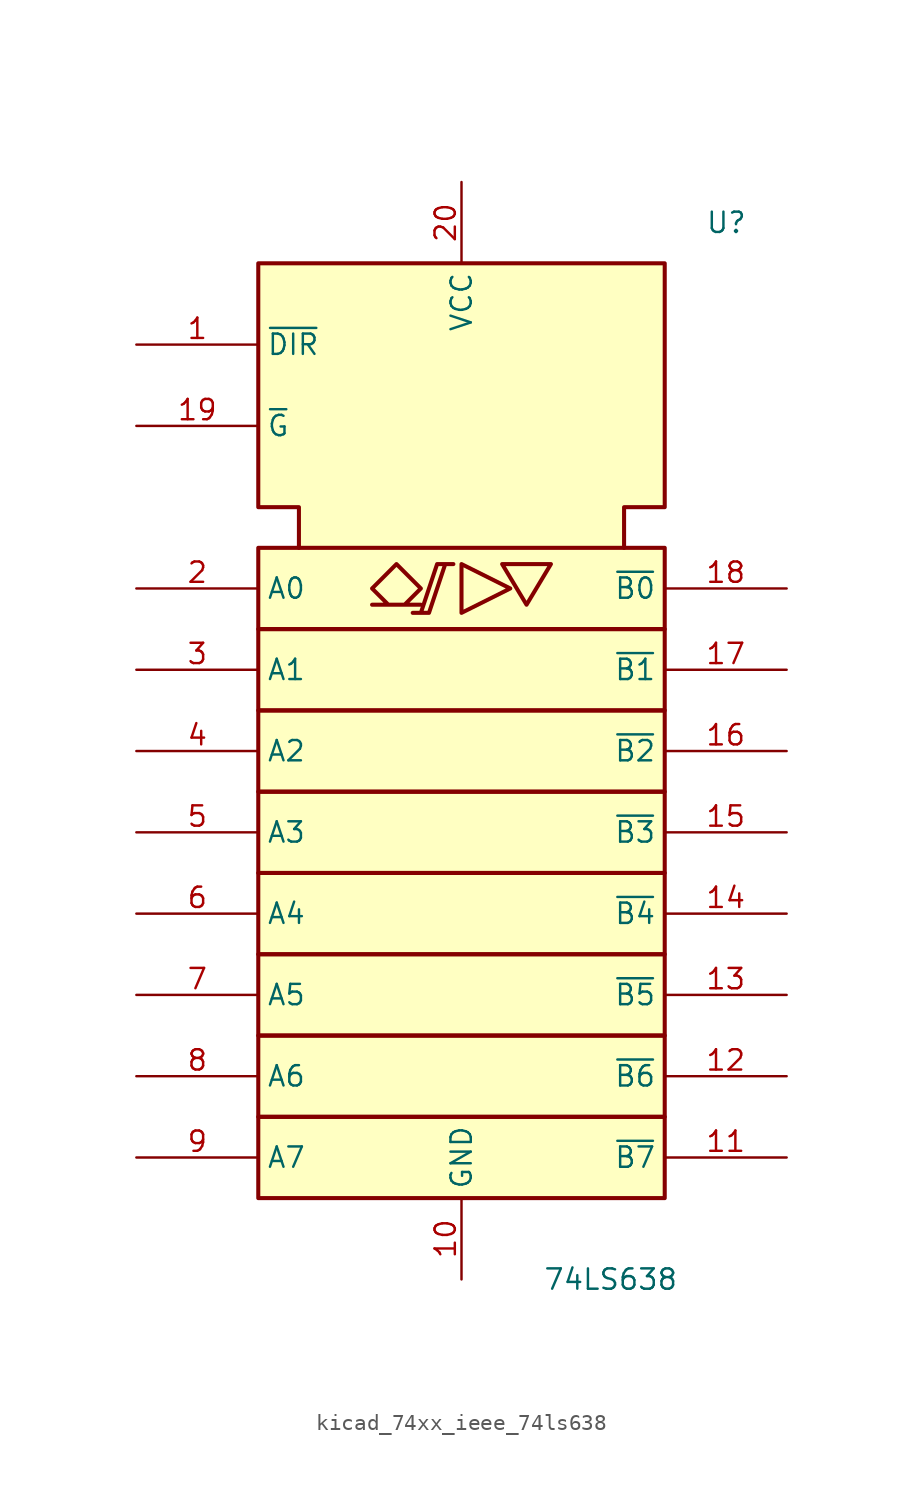
<source format=kicad_sym>
(kicad_symbol_lib
  (version 20220914)
  (generator kicad_symbol_editor)
  (symbol "kicad_74xx_ieee_74ls638"
    (property "Reference" "U"
      (at 15.24 35.56 0)
      (effects (font (size 1.27 1.27)) (justify left)))
    (property "Value" "74LS638"
      (at 5.08 -30.48 0)
      (effects (font (size 1.27 1.27)) (justify left)))
    (symbol "kicad_74xx_ieee_74ls638_0_0"
      (polyline (pts (xy 0 14.224) (xy 0 11.176) (xy 3.048 12.7) (xy 0 14.224) (xy 0 14.224)) (stroke (width 0.254) (type default)) (fill (type background)))
      (polyline (pts (xy 2.54 14.224) (xy 5.588 14.224) (xy 4.064 11.684) (xy 2.54 14.224) (xy 2.54 14.224)) (stroke (width 0.254) (type default)) (fill (type background)))
      (polyline (pts (xy -3.048 11.176) (xy -2.032 11.176) (xy -1.016 14.224) (xy -0.508 14.224) (xy -1.524 14.224) (xy -2.54 11.176) (xy -2.54 11.176)) (stroke (width 0.254) (type default)) (fill (type background)))
      (polyline (pts (xy -4.064 14.224) (xy -5.588 12.7) (xy -4.572 11.684) (xy -5.588 11.684) (xy -2.54 11.684) (xy -3.556 11.684) (xy -2.54 12.7) (xy -4.064 14.224) (xy -4.064 14.224)) (stroke (width 0.254) (type default)) (fill (type background)))
      (pin power_in line (at 0 -30.48 90) (length 5.08) (name "GND" (effects (font (size 1.27 1.27)))) (number "10" (effects (font (size 1.27 1.27)))))
      (pin power_in line (at 0 38.1 270) (length 5.08) (name "VCC" (effects (font (size 1.27 1.27)))) (number "20" (effects (font (size 1.27 1.27))))))
    (symbol "kicad_74xx_ieee_74ls638_0_1"
      (rectangle (start -12.7 -20.32) (end 12.7 -25.4) (stroke (width 0.254) (type default)) (fill (type background)))
      (rectangle (start -12.7 -15.24) (end 12.7 -20.32) (stroke (width 0.254) (type default)) (fill (type background)))
      (rectangle (start -12.7 -10.16) (end 12.7 -15.24) (stroke (width 0.254) (type default)) (fill (type background)))
      (rectangle (start -12.7 -5.08) (end 12.7 -10.16) (stroke (width 0.254) (type default)) (fill (type background)))
      (rectangle (start -12.7 0) (end 12.7 -5.08) (stroke (width 0.254) (type default)) (fill (type background)))
      (rectangle (start -12.7 5.08) (end 12.7 0) (stroke (width 0.254) (type default)) (fill (type background)))
      (rectangle (start -12.7 10.16) (end 12.7 5.08) (stroke (width 0.254) (type default)) (fill (type background)))
      (rectangle (start -12.7 15.24) (end 12.7 10.16) (stroke (width 0.254) (type default)) (fill (type background)))
      (polyline (pts (xy -10.16 15.24) (xy -10.16 17.78) (xy -12.7 17.78) (xy -12.7 33.02) (xy 12.7 33.02) (xy 12.7 17.78) (xy 10.16 17.78) (xy 10.16 15.24) (xy 10.16 15.24)) (stroke (width 0.254) (type default)) (fill (type background))))
    (symbol "kicad_74xx_ieee_74ls638_1_1"
      (pin input line (at -20.32 27.94 0) (length 7.62) (name "~{DIR}" (effects (font (size 1.27 1.27)))) (number "1" (effects (font (size 1.27 1.27)))))
      (pin tri_state line (at 20.32 -22.86 180) (length 7.62) (name "~{B7}" (effects (font (size 1.27 1.27)))) (number "11" (effects (font (size 1.27 1.27)))))
      (pin tri_state line (at 20.32 -17.78 180) (length 7.62) (name "~{B6}" (effects (font (size 1.27 1.27)))) (number "12" (effects (font (size 1.27 1.27)))))
      (pin tri_state line (at 20.32 -12.7 180) (length 7.62) (name "~{B5}" (effects (font (size 1.27 1.27)))) (number "13" (effects (font (size 1.27 1.27)))))
      (pin tri_state line (at 20.32 -7.62 180) (length 7.62) (name "~{B4}" (effects (font (size 1.27 1.27)))) (number "14" (effects (font (size 1.27 1.27)))))
      (pin tri_state line (at 20.32 -2.54 180) (length 7.62) (name "~{B3}" (effects (font (size 1.27 1.27)))) (number "15" (effects (font (size 1.27 1.27)))))
      (pin tri_state line (at 20.32 2.54 180) (length 7.62) (name "~{B2}" (effects (font (size 1.27 1.27)))) (number "16" (effects (font (size 1.27 1.27)))))
      (pin tri_state line (at 20.32 7.62 180) (length 7.62) (name "~{B1}" (effects (font (size 1.27 1.27)))) (number "17" (effects (font (size 1.27 1.27)))))
      (pin tri_state line (at 20.32 12.7 180) (length 7.62) (name "~{B0}" (effects (font (size 1.27 1.27)))) (number "18" (effects (font (size 1.27 1.27)))))
      (pin input line (at -20.32 22.86 0) (length 7.62) (name "~{G}" (effects (font (size 1.27 1.27)))) (number "19" (effects (font (size 1.27 1.27)))))
      (pin tri_state line (at -20.32 12.7 0) (length 7.62) (name "A0" (effects (font (size 1.27 1.27)))) (number "2" (effects (font (size 1.27 1.27)))))
      (pin tri_state line (at -20.32 7.62 0) (length 7.62) (name "A1" (effects (font (size 1.27 1.27)))) (number "3" (effects (font (size 1.27 1.27)))))
      (pin tri_state line (at -20.32 2.54 0) (length 7.62) (name "A2" (effects (font (size 1.27 1.27)))) (number "4" (effects (font (size 1.27 1.27)))))
      (pin tri_state line (at -20.32 -2.54 0) (length 7.62) (name "A3" (effects (font (size 1.27 1.27)))) (number "5" (effects (font (size 1.27 1.27)))))
      (pin tri_state line (at -20.32 -7.62 0) (length 7.62) (name "A4" (effects (font (size 1.27 1.27)))) (number "6" (effects (font (size 1.27 1.27)))))
      (pin tri_state line (at -20.32 -12.7 0) (length 7.62) (name "A5" (effects (font (size 1.27 1.27)))) (number "7" (effects (font (size 1.27 1.27)))))
      (pin tri_state line (at -20.32 -17.78 0) (length 7.62) (name "A6" (effects (font (size 1.27 1.27)))) (number "8" (effects (font (size 1.27 1.27)))))
      (pin tri_state line (at -20.32 -22.86 0) (length 7.62) (name "A7" (effects (font (size 1.27 1.27)))) (number "9" (effects (font (size 1.27 1.27))))))))
</source>
